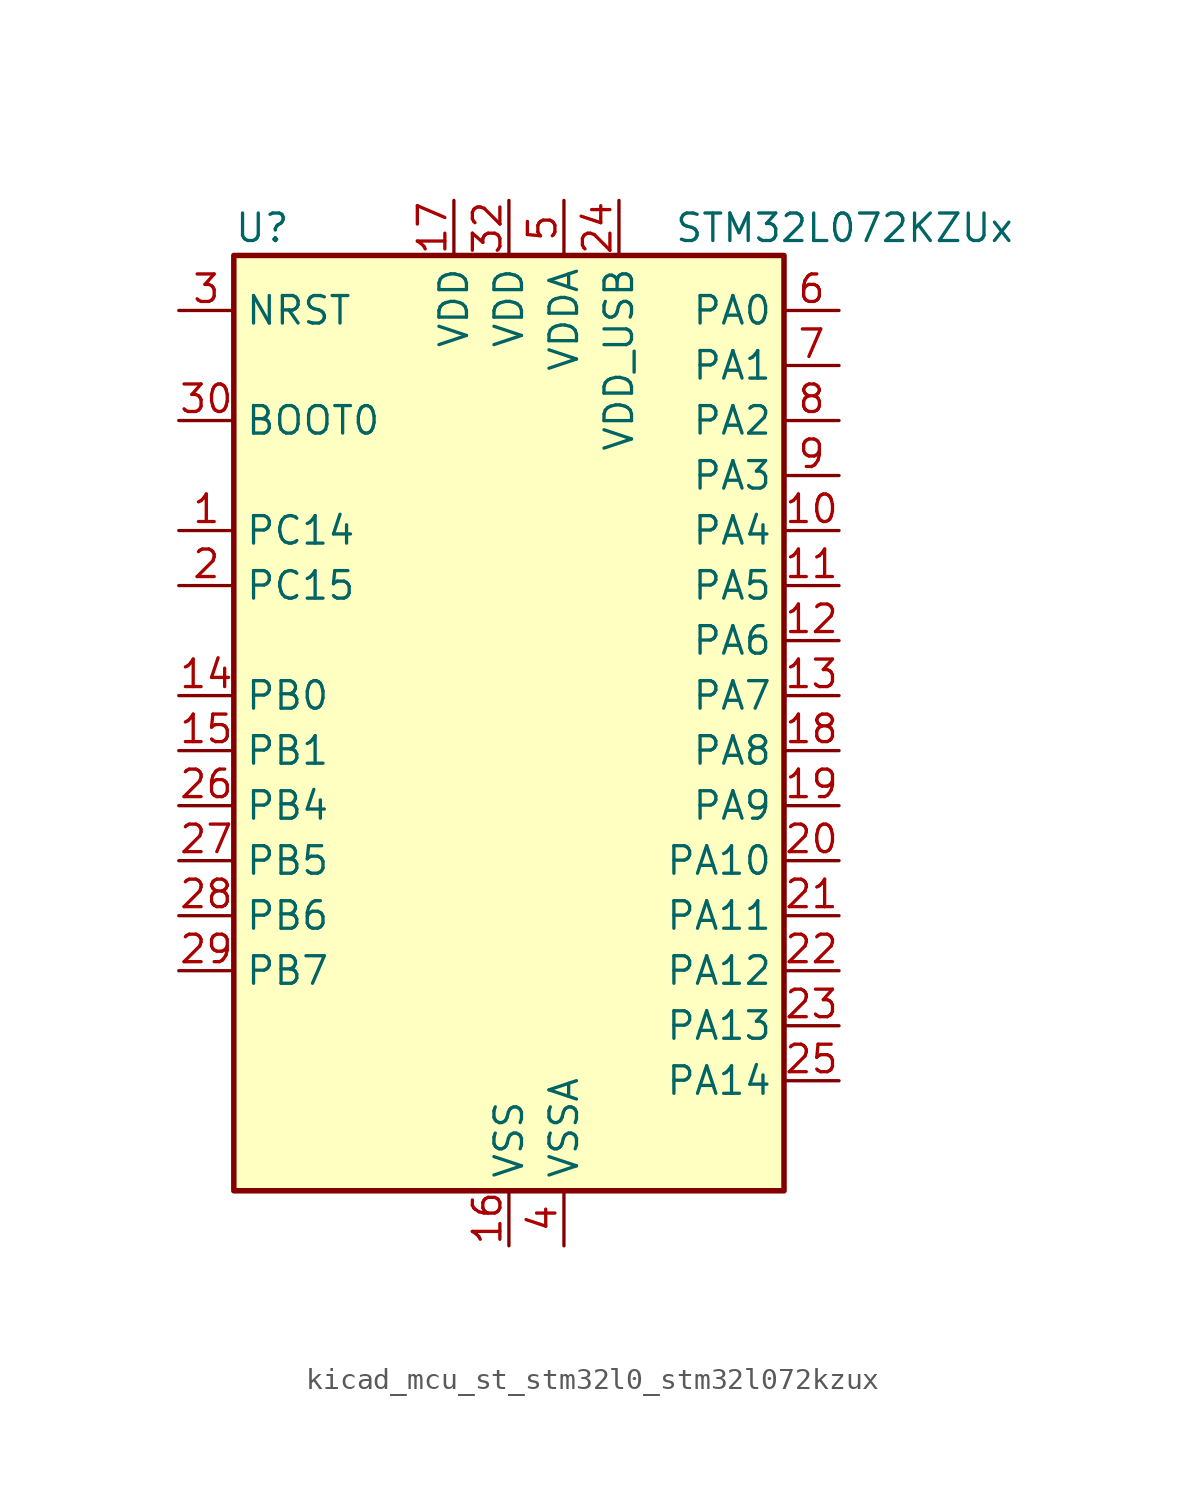
<source format=kicad_sym>
(kicad_symbol_lib
  (version 20220914)
  (generator kicad_symbol_editor)
  (symbol "kicad_mcu_st_stm32l0_stm32l072kzux"
    (property "Reference" "U"
      (at -12.7 24.13 0)
      (effects (font (size 1.27 1.27)) (justify left)))
    (property "Value" "STM32L072KZUx"
      (at 7.62 24.13 0)
      (effects (font (size 1.27 1.27)) (justify left)))
    (property "ki_locked" ""
      (at 0 0 0)
      (effects (font (size 1.27 1.27))))
    (symbol "kicad_mcu_st_stm32l0_stm32l072kzux_0_1"
      (rectangle (start -12.7 -20.32) (end 12.7 22.86) (stroke (width 0.254) (type default)) (fill (type background))))
    (symbol "kicad_mcu_st_stm32l0_stm32l072kzux_1_1"
      (pin bidirectional line (at -15.24 10.16 0) (length 2.54) (name "PC14" (effects (font (size 1.27 1.27)))) (number "1" (effects (font (size 1.27 1.27)))) (alternate "RCC_OSC32_IN" bidirectional line))
      (pin bidirectional line (at 15.24 10.16 180) (length 2.54) (name "PA4" (effects (font (size 1.27 1.27)))) (number "10" (effects (font (size 1.27 1.27)))) (alternate "ADC_IN4" bidirectional line) (alternate "COMP1_INM" bidirectional line) (alternate "COMP2_INM" bidirectional line) (alternate "DAC_OUT1" bidirectional line) (alternate "SPI1_NSS" bidirectional line) (alternate "TIM22_ETR" bidirectional line) (alternate "TSC_G2_IO1" bidirectional line) (alternate "USART2_CK" bidirectional line))
      (pin bidirectional line (at 15.24 7.62 180) (length 2.54) (name "PA5" (effects (font (size 1.27 1.27)))) (number "11" (effects (font (size 1.27 1.27)))) (alternate "ADC_IN5" bidirectional line) (alternate "COMP1_INM" bidirectional line) (alternate "COMP2_INM" bidirectional line) (alternate "DAC_OUT2" bidirectional line) (alternate "SPI1_SCK" bidirectional line) (alternate "TIM2_CH1" bidirectional line) (alternate "TIM2_ETR" bidirectional line) (alternate "TSC_G2_IO2" bidirectional line))
      (pin bidirectional line (at 15.24 5.08 180) (length 2.54) (name "PA6" (effects (font (size 1.27 1.27)))) (number "12" (effects (font (size 1.27 1.27)))) (alternate "ADC_IN6" bidirectional line) (alternate "COMP1_OUT" bidirectional line) (alternate "LPUART1_CTS" bidirectional line) (alternate "SPI1_MISO" bidirectional line) (alternate "TIM22_CH1" bidirectional line) (alternate "TIM3_CH1" bidirectional line) (alternate "TSC_G2_IO3" bidirectional line))
      (pin bidirectional line (at 15.24 2.54 180) (length 2.54) (name "PA7" (effects (font (size 1.27 1.27)))) (number "13" (effects (font (size 1.27 1.27)))) (alternate "ADC_IN7" bidirectional line) (alternate "COMP2_OUT" bidirectional line) (alternate "SPI1_MOSI" bidirectional line) (alternate "TIM22_CH2" bidirectional line) (alternate "TIM3_CH2" bidirectional line) (alternate "TSC_G2_IO4" bidirectional line))
      (pin bidirectional line (at -15.24 2.54 0) (length 2.54) (name "PB0" (effects (font (size 1.27 1.27)))) (number "14" (effects (font (size 1.27 1.27)))) (alternate "ADC_IN8" bidirectional line) (alternate "SYS_VREF_OUT_PB0" bidirectional line) (alternate "TIM3_CH3" bidirectional line) (alternate "TSC_G3_IO2" bidirectional line))
      (pin bidirectional line (at -15.24 0 0) (length 2.54) (name "PB1" (effects (font (size 1.27 1.27)))) (number "15" (effects (font (size 1.27 1.27)))) (alternate "ADC_IN9" bidirectional line) (alternate "LPUART1_DE" bidirectional line) (alternate "LPUART1_RTS" bidirectional line) (alternate "SYS_VREF_OUT_PB1" bidirectional line) (alternate "TIM3_CH4" bidirectional line) (alternate "TSC_G3_IO3" bidirectional line))
      (pin power_in line (at 0 -22.86 90) (length 2.54) (name "VSS" (effects (font (size 1.27 1.27)))) (number "16" (effects (font (size 1.27 1.27)))))
      (pin power_in line (at -2.54 25.4 270) (length 2.54) (name "VDD" (effects (font (size 1.27 1.27)))) (number "17" (effects (font (size 1.27 1.27)))))
      (pin bidirectional line (at 15.24 0 180) (length 2.54) (name "PA8" (effects (font (size 1.27 1.27)))) (number "18" (effects (font (size 1.27 1.27)))) (alternate "CRS_SYNC" bidirectional line) (alternate "I2C3_SCL" bidirectional line) (alternate "RCC_MCO" bidirectional line) (alternate "USART1_CK" bidirectional line))
      (pin bidirectional line (at 15.24 -2.54 180) (length 2.54) (name "PA9" (effects (font (size 1.27 1.27)))) (number "19" (effects (font (size 1.27 1.27)))) (alternate "DAC_EXTI9" bidirectional line) (alternate "I2C1_SCL" bidirectional line) (alternate "I2C3_SMBA" bidirectional line) (alternate "RCC_MCO" bidirectional line) (alternate "TSC_G4_IO1" bidirectional line) (alternate "USART1_TX" bidirectional line))
      (pin bidirectional line (at -15.24 7.62 0) (length 2.54) (name "PC15" (effects (font (size 1.27 1.27)))) (number "2" (effects (font (size 1.27 1.27)))) (alternate "RCC_OSC32_OUT" bidirectional line))
      (pin bidirectional line (at 15.24 -5.08 180) (length 2.54) (name "PA10" (effects (font (size 1.27 1.27)))) (number "20" (effects (font (size 1.27 1.27)))) (alternate "I2C1_SDA" bidirectional line) (alternate "TSC_G4_IO2" bidirectional line) (alternate "USART1_RX" bidirectional line))
      (pin bidirectional line (at 15.24 -7.62 180) (length 2.54) (name "PA11" (effects (font (size 1.27 1.27)))) (number "21" (effects (font (size 1.27 1.27)))) (alternate "ADC_EXTI11" bidirectional line) (alternate "COMP1_OUT" bidirectional line) (alternate "SPI1_MISO" bidirectional line) (alternate "TSC_G4_IO3" bidirectional line) (alternate "USART1_CTS" bidirectional line) (alternate "USB_DM" bidirectional line))
      (pin bidirectional line (at 15.24 -10.16 180) (length 2.54) (name "PA12" (effects (font (size 1.27 1.27)))) (number "22" (effects (font (size 1.27 1.27)))) (alternate "COMP2_OUT" bidirectional line) (alternate "SPI1_MOSI" bidirectional line) (alternate "TSC_G4_IO4" bidirectional line) (alternate "USART1_DE" bidirectional line) (alternate "USART1_RTS" bidirectional line) (alternate "USB_DP" bidirectional line))
      (pin bidirectional line (at 15.24 -12.7 180) (length 2.54) (name "PA13" (effects (font (size 1.27 1.27)))) (number "23" (effects (font (size 1.27 1.27)))) (alternate "LPUART1_RX" bidirectional line) (alternate "SYS_SWDIO" bidirectional line) (alternate "USB_NOE" bidirectional line))
      (pin power_in line (at 5.08 25.4 270) (length 2.54) (name "VDD_USB" (effects (font (size 1.27 1.27)))) (number "24" (effects (font (size 1.27 1.27)))))
      (pin bidirectional line (at 15.24 -15.24 180) (length 2.54) (name "PA14" (effects (font (size 1.27 1.27)))) (number "25" (effects (font (size 1.27 1.27)))) (alternate "LPUART1_TX" bidirectional line) (alternate "SYS_SWCLK" bidirectional line) (alternate "USART2_TX" bidirectional line))
      (pin bidirectional line (at -15.24 -2.54 0) (length 2.54) (name "PB4" (effects (font (size 1.27 1.27)))) (number "26" (effects (font (size 1.27 1.27)))) (alternate "COMP2_INP" bidirectional line) (alternate "I2C3_SDA" bidirectional line) (alternate "SPI1_MISO" bidirectional line) (alternate "TIM22_CH1" bidirectional line) (alternate "TIM3_CH1" bidirectional line) (alternate "TSC_G5_IO2" bidirectional line) (alternate "USART1_CTS" bidirectional line))
      (pin bidirectional line (at -15.24 -5.08 0) (length 2.54) (name "PB5" (effects (font (size 1.27 1.27)))) (number "27" (effects (font (size 1.27 1.27)))) (alternate "COMP2_INP" bidirectional line) (alternate "I2C1_SMBA" bidirectional line) (alternate "LPTIM1_IN1" bidirectional line) (alternate "SPI1_MOSI" bidirectional line) (alternate "TIM22_CH2" bidirectional line) (alternate "TIM3_CH2" bidirectional line) (alternate "USART1_CK" bidirectional line))
      (pin bidirectional line (at -15.24 -7.62 0) (length 2.54) (name "PB6" (effects (font (size 1.27 1.27)))) (number "28" (effects (font (size 1.27 1.27)))) (alternate "COMP2_INP" bidirectional line) (alternate "I2C1_SCL" bidirectional line) (alternate "LPTIM1_ETR" bidirectional line) (alternate "TSC_G5_IO3" bidirectional line) (alternate "USART1_TX" bidirectional line))
      (pin bidirectional line (at -15.24 -10.16 0) (length 2.54) (name "PB7" (effects (font (size 1.27 1.27)))) (number "29" (effects (font (size 1.27 1.27)))) (alternate "COMP2_INP" bidirectional line) (alternate "I2C1_SDA" bidirectional line) (alternate "LPTIM1_IN2" bidirectional line) (alternate "SYS_PVD_IN" bidirectional line) (alternate "TSC_G5_IO4" bidirectional line) (alternate "USART1_RX" bidirectional line) (alternate "USART4_CTS" bidirectional line))
      (pin input line (at -15.24 20.32 0) (length 2.54) (name "NRST" (effects (font (size 1.27 1.27)))) (number "3" (effects (font (size 1.27 1.27)))))
      (pin input line (at -15.24 15.24 0) (length 2.54) (name "BOOT0" (effects (font (size 1.27 1.27)))) (number "30" (effects (font (size 1.27 1.27)))))
      (pin passive line (at 0 -22.86 90) (length 2.54) hide (name "VSS" (effects (font (size 1.27 1.27)))) (number "31" (effects (font (size 1.27 1.27)))))
      (pin power_in line (at 0 25.4 270) (length 2.54) (name "VDD" (effects (font (size 1.27 1.27)))) (number "32" (effects (font (size 1.27 1.27)))))
      (pin passive line (at 0 -22.86 90) (length 2.54) hide (name "VSS" (effects (font (size 1.27 1.27)))) (number "33" (effects (font (size 1.27 1.27)))))
      (pin power_in line (at 2.54 -22.86 90) (length 2.54) (name "VSSA" (effects (font (size 1.27 1.27)))) (number "4" (effects (font (size 1.27 1.27)))))
      (pin power_in line (at 2.54 25.4 270) (length 2.54) (name "VDDA" (effects (font (size 1.27 1.27)))) (number "5" (effects (font (size 1.27 1.27)))))
      (pin bidirectional line (at 15.24 20.32 180) (length 2.54) (name "PA0" (effects (font (size 1.27 1.27)))) (number "6" (effects (font (size 1.27 1.27)))) (alternate "ADC_IN0" bidirectional line) (alternate "COMP1_INM" bidirectional line) (alternate "COMP1_OUT" bidirectional line) (alternate "RTC_TAMP2" bidirectional line) (alternate "SYS_WKUP1" bidirectional line) (alternate "TIM2_CH1" bidirectional line) (alternate "TIM2_ETR" bidirectional line) (alternate "TSC_G1_IO1" bidirectional line) (alternate "USART2_CTS" bidirectional line) (alternate "USART4_TX" bidirectional line))
      (pin bidirectional line (at 15.24 17.78 180) (length 2.54) (name "PA1" (effects (font (size 1.27 1.27)))) (number "7" (effects (font (size 1.27 1.27)))) (alternate "ADC_IN1" bidirectional line) (alternate "COMP1_INP" bidirectional line) (alternate "TIM21_ETR" bidirectional line) (alternate "TIM2_CH2" bidirectional line) (alternate "TSC_G1_IO2" bidirectional line) (alternate "USART2_DE" bidirectional line) (alternate "USART2_RTS" bidirectional line) (alternate "USART4_RX" bidirectional line))
      (pin bidirectional line (at 15.24 15.24 180) (length 2.54) (name "PA2" (effects (font (size 1.27 1.27)))) (number "8" (effects (font (size 1.27 1.27)))) (alternate "ADC_IN2" bidirectional line) (alternate "COMP2_INM" bidirectional line) (alternate "COMP2_OUT" bidirectional line) (alternate "LPUART1_TX" bidirectional line) (alternate "TIM21_CH1" bidirectional line) (alternate "TIM2_CH3" bidirectional line) (alternate "TSC_G1_IO3" bidirectional line) (alternate "USART2_TX" bidirectional line))
      (pin bidirectional line (at 15.24 12.7 180) (length 2.54) (name "PA3" (effects (font (size 1.27 1.27)))) (number "9" (effects (font (size 1.27 1.27)))) (alternate "ADC_IN3" bidirectional line) (alternate "COMP2_INP" bidirectional line) (alternate "LPUART1_RX" bidirectional line) (alternate "TIM21_CH2" bidirectional line) (alternate "TIM2_CH4" bidirectional line) (alternate "TSC_G1_IO4" bidirectional line) (alternate "USART2_RX" bidirectional line)))))
</source>
